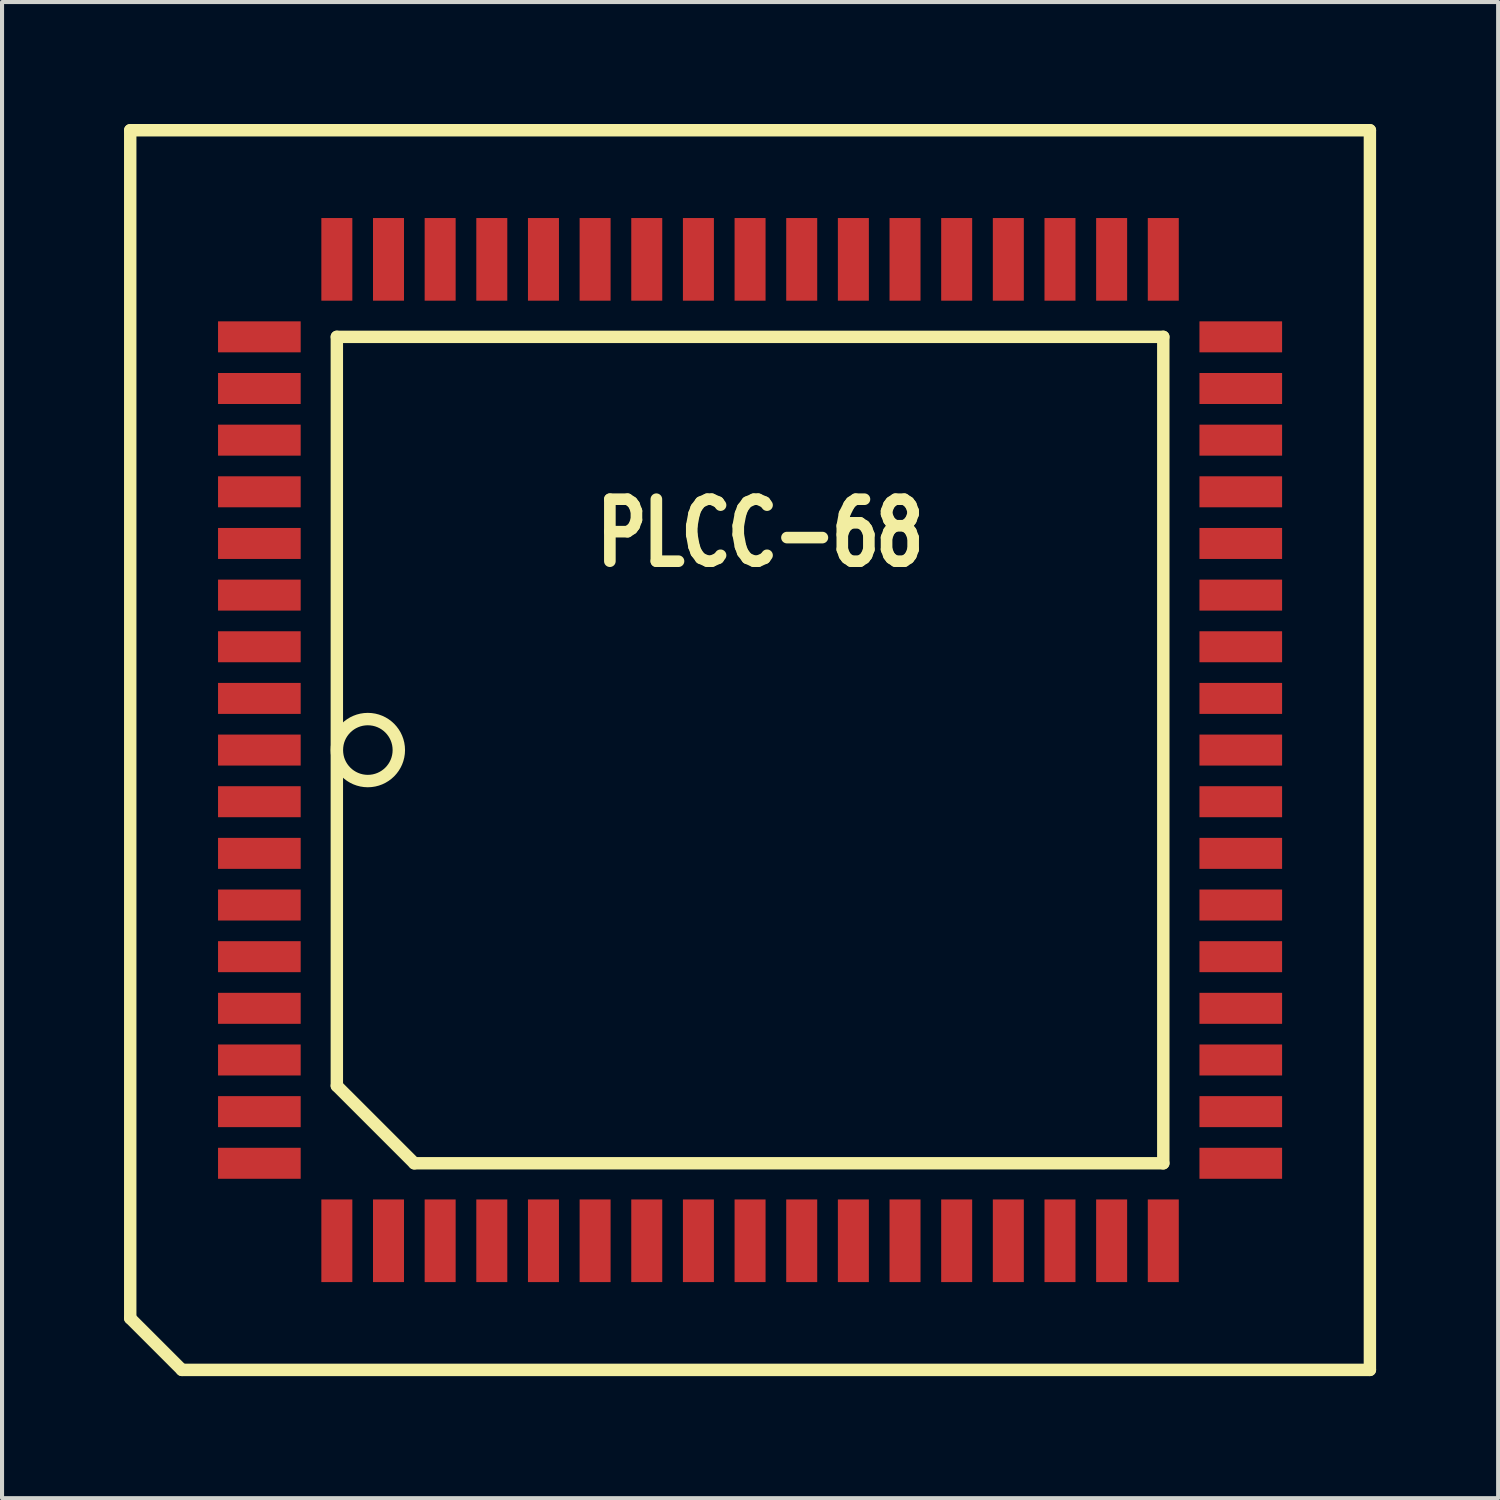
<source format=kicad_pcb>
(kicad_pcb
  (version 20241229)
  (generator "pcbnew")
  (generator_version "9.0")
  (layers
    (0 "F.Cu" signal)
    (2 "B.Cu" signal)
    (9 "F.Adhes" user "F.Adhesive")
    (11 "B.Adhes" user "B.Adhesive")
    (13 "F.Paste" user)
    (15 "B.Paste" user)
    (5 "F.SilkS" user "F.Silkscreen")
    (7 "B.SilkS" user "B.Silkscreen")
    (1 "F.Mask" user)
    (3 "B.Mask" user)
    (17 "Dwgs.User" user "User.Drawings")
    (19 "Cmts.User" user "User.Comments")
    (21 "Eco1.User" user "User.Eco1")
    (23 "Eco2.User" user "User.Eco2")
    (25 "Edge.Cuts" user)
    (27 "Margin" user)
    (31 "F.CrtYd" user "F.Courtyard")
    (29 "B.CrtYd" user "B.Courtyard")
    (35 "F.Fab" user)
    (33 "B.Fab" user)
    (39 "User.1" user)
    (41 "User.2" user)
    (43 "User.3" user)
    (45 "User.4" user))
  (footprint "PLCC-68"
    (layer "F.Cu")
    (at 15.392 15.392)
    (property "Reference" "PLCC-68" (at 0.254 -5.334 0) (layer "F.SilkS") (effects (font (size 1.524 1.143) (thickness 0.305))))
    (attr smd)
    (fp_line (start -15.24 -15.24) (end -15.24 13.97) (stroke (width 0.305) (type solid)) (layer "F.SilkS"))
    (fp_line (start -15.24 13.97) (end -13.97 15.24) (stroke (width 0.305) (type solid)) (layer "F.SilkS"))
    (fp_line (start -13.97 15.24) (end 15.24 15.24) (stroke (width 0.305) (type solid)) (layer "F.SilkS"))
    (fp_line (start -10.16 -10.16) (end 10.16 -10.16) (stroke (width 0.305) (type solid)) (layer "F.SilkS"))
    (fp_line (start -10.16 8.255) (end -10.16 -10.16) (stroke (width 0.305) (type solid)) (layer "F.SilkS"))
    (fp_line (start -8.255 10.16) (end -10.16 8.255) (stroke (width 0.305) (type solid)) (layer "F.SilkS"))
    (fp_line (start 10.16 -10.16) (end 10.16 10.16) (stroke (width 0.305) (type solid)) (layer "F.SilkS"))
    (fp_line (start 10.16 10.16) (end -8.255 10.16) (stroke (width 0.305) (type solid)) (layer "F.SilkS"))
    (fp_line (start 15.24 -15.24) (end -15.24 -15.24) (stroke (width 0.305) (type solid)) (layer "F.SilkS"))
    (fp_line (start 15.24 15.24) (end 15.24 -15.24) (stroke (width 0.305) (type solid)) (layer "F.SilkS"))
    (fp_circle (center -9.398 0) (end -10.16 0) (stroke (width 0.305) (type solid)) (fill no) (layer "F.SilkS"))
    (pad "1" smd rect (at -12.065 0) (size 2.032 0.762) (layers "F.Cu" "F.Mask" "F.Paste"))
    (pad "2" smd rect (at -12.065 1.27) (size 2.032 0.762) (layers "F.Cu" "F.Mask" "F.Paste"))
    (pad "3" smd rect (at -12.065 2.54) (size 2.032 0.762) (layers "F.Cu" "F.Mask" "F.Paste"))
    (pad "4" smd rect (at -12.065 3.81) (size 2.032 0.762) (layers "F.Cu" "F.Mask" "F.Paste"))
    (pad "5" smd rect (at -12.065 5.08) (size 2.032 0.762) (layers "F.Cu" "F.Mask" "F.Paste"))
    (pad "6" smd rect (at -12.065 6.35) (size 2.032 0.762) (layers "F.Cu" "F.Mask" "F.Paste"))
    (pad "7" smd rect (at -12.065 7.62) (size 2.032 0.762) (layers "F.Cu" "F.Mask" "F.Paste"))
    (pad "8" smd rect (at -12.065 8.89) (size 2.032 0.762) (layers "F.Cu" "F.Mask" "F.Paste"))
    (pad "9" smd rect (at -12.065 10.16) (size 2.032 0.762) (layers "F.Cu" "F.Mask" "F.Paste"))
    (pad "10" smd rect (at -10.16 12.065) (size 0.762 2.032) (layers "F.Cu" "F.Mask" "F.Paste"))
    (pad "11" smd rect (at -8.89 12.065) (size 0.762 2.032) (layers "F.Cu" "F.Mask" "F.Paste"))
    (pad "12" smd rect (at -7.62 12.065) (size 0.762 2.032) (layers "F.Cu" "F.Mask" "F.Paste"))
    (pad "13" smd rect (at -6.35 12.065) (size 0.762 2.032) (layers "F.Cu" "F.Mask" "F.Paste"))
    (pad "14" smd rect (at -5.08 12.065) (size 0.762 2.032) (layers "F.Cu" "F.Mask" "F.Paste"))
    (pad "15" smd rect (at -3.81 12.065) (size 0.762 2.032) (layers "F.Cu" "F.Mask" "F.Paste"))
    (pad "16" smd rect (at -2.54 12.065) (size 0.762 2.032) (layers "F.Cu" "F.Mask" "F.Paste"))
    (pad "17" smd rect (at -1.27 12.065) (size 0.762 2.032) (layers "F.Cu" "F.Mask" "F.Paste"))
    (pad "18" smd rect (at 0 12.065) (size 0.762 2.032) (layers "F.Cu" "F.Mask" "F.Paste"))
    (pad "19" smd rect (at 1.27 12.065) (size 0.762 2.032) (layers "F.Cu" "F.Mask" "F.Paste"))
    (pad "20" smd rect (at 2.54 12.065) (size 0.762 2.032) (layers "F.Cu" "F.Mask" "F.Paste"))
    (pad "21" smd rect (at 3.81 12.065) (size 0.762 2.032) (layers "F.Cu" "F.Mask" "F.Paste"))
    (pad "22" smd rect (at 5.08 12.065) (size 0.762 2.032) (layers "F.Cu" "F.Mask" "F.Paste"))
    (pad "23" smd rect (at 6.35 12.065) (size 0.762 2.032) (layers "F.Cu" "F.Mask" "F.Paste"))
    (pad "24" smd rect (at 7.62 12.065) (size 0.762 2.032) (layers "F.Cu" "F.Mask" "F.Paste"))
    (pad "25" smd rect (at 8.89 12.065) (size 0.762 2.032) (layers "F.Cu" "F.Mask" "F.Paste"))
    (pad "26" smd rect (at 10.16 12.065) (size 0.762 2.032) (layers "F.Cu" "F.Mask" "F.Paste"))
    (pad "27" smd rect (at 12.065 10.16) (size 2.032 0.762) (layers "F.Cu" "F.Mask" "F.Paste"))
    (pad "28" smd rect (at 12.065 8.89) (size 2.032 0.762) (layers "F.Cu" "F.Mask" "F.Paste"))
    (pad "29" smd rect (at 12.065 7.62) (size 2.032 0.762) (layers "F.Cu" "F.Mask" "F.Paste"))
    (pad "30" smd rect (at 12.065 6.35) (size 2.032 0.762) (layers "F.Cu" "F.Mask" "F.Paste"))
    (pad "31" smd rect (at 12.065 5.08) (size 2.032 0.762) (layers "F.Cu" "F.Mask" "F.Paste"))
    (pad "32" smd rect (at 12.065 3.81) (size 2.032 0.762) (layers "F.Cu" "F.Mask" "F.Paste"))
    (pad "33" smd rect (at 12.065 2.54) (size 2.032 0.762) (layers "F.Cu" "F.Mask" "F.Paste"))
    (pad "34" smd rect (at 12.065 1.27) (size 2.032 0.762) (layers "F.Cu" "F.Mask" "F.Paste"))
    (pad "35" smd rect (at 12.065 0) (size 2.032 0.762) (layers "F.Cu" "F.Mask" "F.Paste"))
    (pad "36" smd rect (at 12.065 -1.27) (size 2.032 0.762) (layers "F.Cu" "F.Mask" "F.Paste"))
    (pad "37" smd rect (at 12.065 -2.54) (size 2.032 0.762) (layers "F.Cu" "F.Mask" "F.Paste"))
    (pad "38" smd rect (at 12.065 -3.81) (size 2.032 0.762) (layers "F.Cu" "F.Mask" "F.Paste"))
    (pad "39" smd rect (at 12.065 -5.08) (size 2.032 0.762) (layers "F.Cu" "F.Mask" "F.Paste"))
    (pad "40" smd rect (at 12.065 -6.35) (size 2.032 0.762) (layers "F.Cu" "F.Mask" "F.Paste"))
    (pad "41" smd rect (at 12.065 -7.62) (size 2.032 0.762) (layers "F.Cu" "F.Mask" "F.Paste"))
    (pad "42" smd rect (at 12.065 -8.89) (size 2.032 0.762) (layers "F.Cu" "F.Mask" "F.Paste"))
    (pad "43" smd rect (at 12.065 -10.16) (size 2.032 0.762) (layers "F.Cu" "F.Mask" "F.Paste"))
    (pad "44" smd rect (at 10.16 -12.065) (size 0.762 2.032) (layers "F.Cu" "F.Mask" "F.Paste"))
    (pad "45" smd rect (at 8.89 -12.065) (size 0.762 2.032) (layers "F.Cu" "F.Mask" "F.Paste"))
    (pad "46" smd rect (at 7.62 -12.065) (size 0.762 2.032) (layers "F.Cu" "F.Mask" "F.Paste"))
    (pad "47" smd rect (at 6.35 -12.065) (size 0.762 2.032) (layers "F.Cu" "F.Mask" "F.Paste"))
    (pad "48" smd rect (at 5.08 -12.065) (size 0.762 2.032) (layers "F.Cu" "F.Mask" "F.Paste"))
    (pad "49" smd rect (at 3.81 -12.065) (size 0.762 2.032) (layers "F.Cu" "F.Mask" "F.Paste"))
    (pad "50" smd rect (at 2.54 -12.065) (size 0.762 2.032) (layers "F.Cu" "F.Mask" "F.Paste"))
    (pad "51" smd rect (at 1.27 -12.065) (size 0.762 2.032) (layers "F.Cu" "F.Mask" "F.Paste"))
    (pad "52" smd rect (at 0 -12.065) (size 0.762 2.032) (layers "F.Cu" "F.Mask" "F.Paste"))
    (pad "53" smd rect (at -1.27 -12.065) (size 0.762 2.032) (layers "F.Cu" "F.Mask" "F.Paste"))
    (pad "54" smd rect (at -2.54 -12.065) (size 0.762 2.032) (layers "F.Cu" "F.Mask" "F.Paste"))
    (pad "55" smd rect (at -3.81 -12.065) (size 0.762 2.032) (layers "F.Cu" "F.Mask" "F.Paste"))
    (pad "56" smd rect (at -5.08 -12.065) (size 0.762 2.032) (layers "F.Cu" "F.Mask" "F.Paste"))
    (pad "57" smd rect (at -6.35 -12.065) (size 0.762 2.032) (layers "F.Cu" "F.Mask" "F.Paste"))
    (pad "58" smd rect (at -7.62 -12.065) (size 0.762 2.032) (layers "F.Cu" "F.Mask" "F.Paste"))
    (pad "59" smd rect (at -8.89 -12.065) (size 0.762 2.032) (layers "F.Cu" "F.Mask" "F.Paste"))
    (pad "60" smd rect (at -10.16 -12.065) (size 0.762 2.032) (layers "F.Cu" "F.Mask" "F.Paste"))
    (pad "61" smd rect (at -12.065 -10.16) (size 2.032 0.762) (layers "F.Cu" "F.Mask" "F.Paste"))
    (pad "62" smd rect (at -12.065 -8.89) (size 2.032 0.762) (layers "F.Cu" "F.Mask" "F.Paste"))
    (pad "63" smd rect (at -12.065 -7.62) (size 2.032 0.762) (layers "F.Cu" "F.Mask" "F.Paste"))
    (pad "64" smd rect (at -12.065 -6.35) (size 2.032 0.762) (layers "F.Cu" "F.Mask" "F.Paste"))
    (pad "65" smd rect (at -12.065 -5.08) (size 2.032 0.762) (layers "F.Cu" "F.Mask" "F.Paste"))
    (pad "66" smd rect (at -12.065 -3.81) (size 2.032 0.762) (layers "F.Cu" "F.Mask" "F.Paste"))
    (pad "67" smd rect (at -12.065 -2.54) (size 2.032 0.762) (layers "F.Cu" "F.Mask" "F.Paste"))
    (pad "68" smd rect (at -12.065 -1.27) (size 2.032 0.762) (layers "F.Cu" "F.Mask" "F.Paste")))
  (gr_rect
    (start -3 -3)
    (end 33.785 33.785)
    (stroke (width 0.1) (type default))
    (fill no)
    (layer "Edge.Cuts")))
</source>
